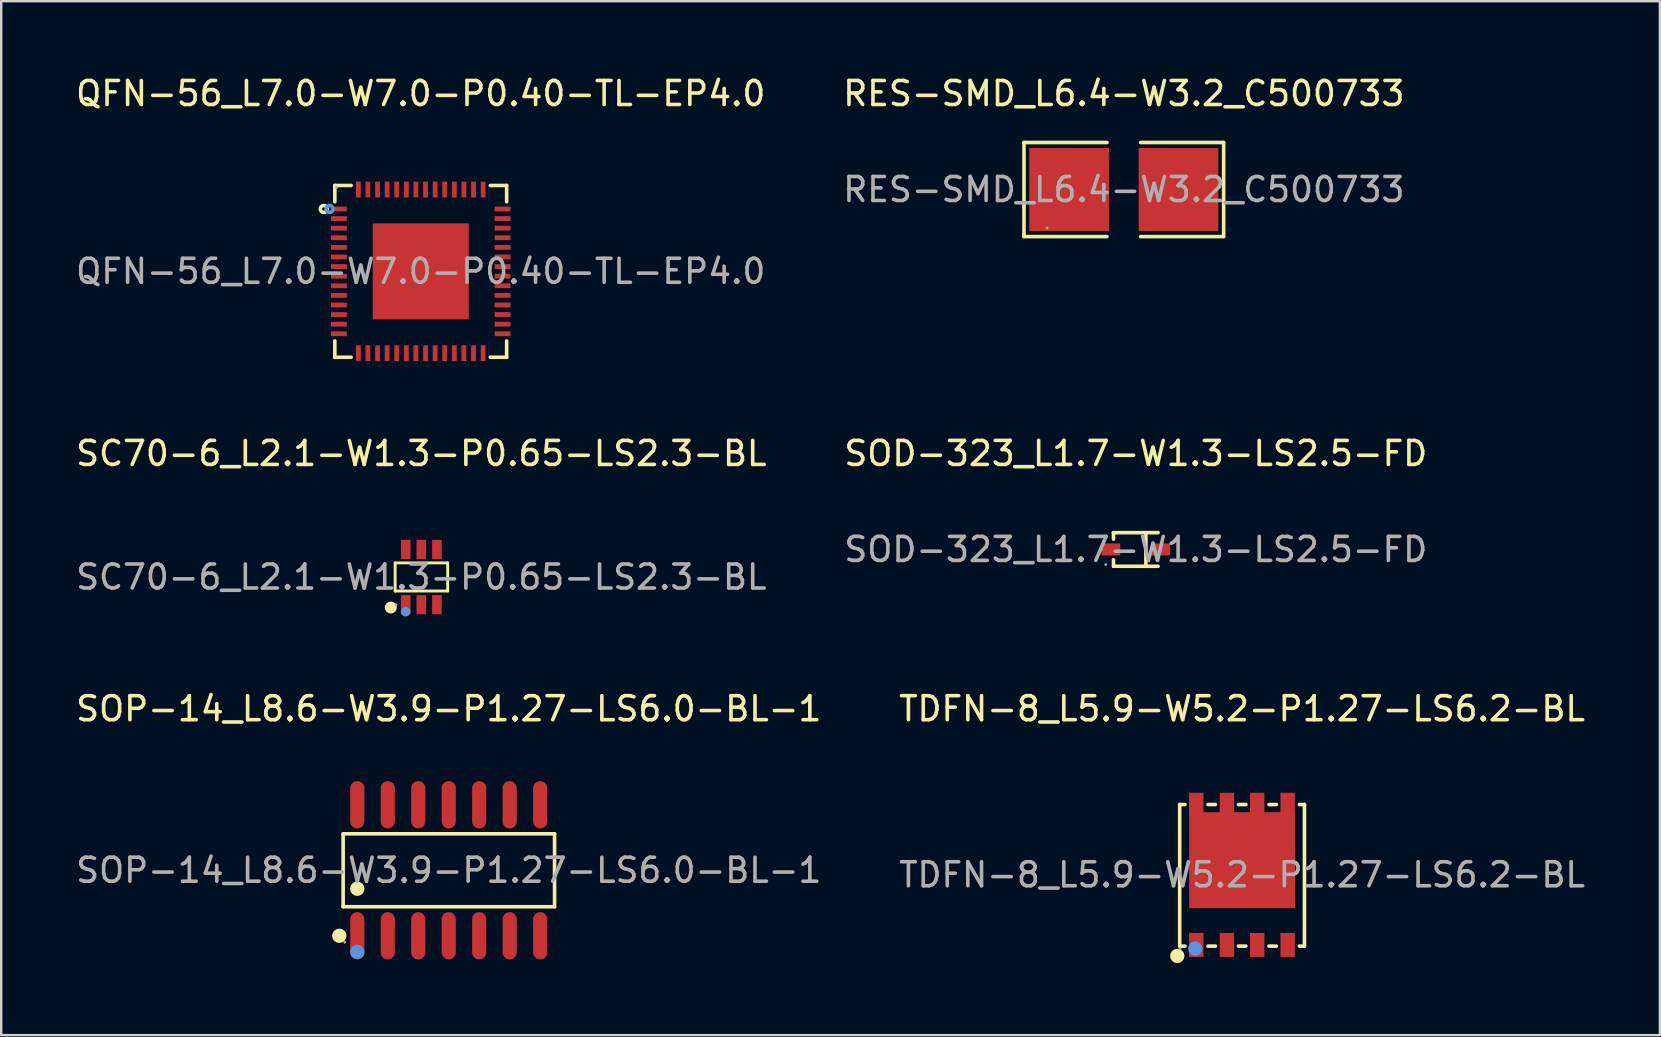
<source format=kicad_pcb>
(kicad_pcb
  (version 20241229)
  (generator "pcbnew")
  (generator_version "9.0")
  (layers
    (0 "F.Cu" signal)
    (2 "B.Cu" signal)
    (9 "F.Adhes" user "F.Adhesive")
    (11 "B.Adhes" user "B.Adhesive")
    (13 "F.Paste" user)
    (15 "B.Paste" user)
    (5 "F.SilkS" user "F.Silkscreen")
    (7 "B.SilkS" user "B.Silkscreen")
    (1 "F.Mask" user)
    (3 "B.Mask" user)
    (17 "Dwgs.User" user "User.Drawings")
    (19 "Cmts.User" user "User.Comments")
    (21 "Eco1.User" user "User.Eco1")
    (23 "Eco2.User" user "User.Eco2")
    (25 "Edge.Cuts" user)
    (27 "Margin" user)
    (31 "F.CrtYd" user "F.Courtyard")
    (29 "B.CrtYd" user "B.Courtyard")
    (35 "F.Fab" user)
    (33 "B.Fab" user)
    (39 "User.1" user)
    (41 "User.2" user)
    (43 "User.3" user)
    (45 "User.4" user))
  (footprint "TDFN-8_L5.9-W5.2-P1.27-LS6.2-BL"
    (layer "F.Cu")
    (at 48.708 33.405)
    (property "Reference" "TDFN-8_L5.9-W5.2-P1.27-LS6.2-BL" (at 0 -6.92 0) (layer "F.SilkS") (effects (font (size 1 1) (thickness 0.15))))
    (attr smd)
    (fp_line (start -2.6 -2.93) (end -2.38 -2.93) (stroke (width 0.15) (type solid)) (layer "F.SilkS"))
    (fp_line (start -2.6 2.97) (end -2.6 -2.93) (stroke (width 0.15) (type solid)) (layer "F.SilkS"))
    (fp_line (start -2.38 2.97) (end -2.6 2.97) (stroke (width 0.15) (type solid)) (layer "F.SilkS"))
    (fp_line (start -1.42 -2.93) (end -1.11 -2.93) (stroke (width 0.15) (type solid)) (layer "F.SilkS"))
    (fp_line (start -1.11 2.97) (end -1.42 2.97) (stroke (width 0.15) (type solid)) (layer "F.SilkS"))
    (fp_line (start -0.15 -2.93) (end 0.16 -2.93) (stroke (width 0.15) (type solid)) (layer "F.SilkS"))
    (fp_line (start 0.16 2.97) (end -0.15 2.97) (stroke (width 0.15) (type solid)) (layer "F.SilkS"))
    (fp_line (start 1.12 -2.93) (end 1.43 -2.93) (stroke (width 0.15) (type solid)) (layer "F.SilkS"))
    (fp_line (start 1.43 2.97) (end 1.12 2.97) (stroke (width 0.15) (type solid)) (layer "F.SilkS"))
    (fp_line (start 2.39 -2.93) (end 2.6 -2.93) (stroke (width 0.15) (type solid)) (layer "F.SilkS"))
    (fp_line (start 2.6 -2.93) (end 2.6 2.97) (stroke (width 0.15) (type solid)) (layer "F.SilkS"))
    (fp_line (start 2.6 2.97) (end 2.39 2.97) (stroke (width 0.15) (type solid)) (layer "F.SilkS"))
    (fp_circle (center -2.7 3.38) (end -2.55 3.38) (stroke (width 0.3) (type solid)) (fill no) (layer "F.SilkS"))
    (fp_circle (center -1.95 3.08) (end -1.8 3.08) (stroke (width 0.3) (type solid)) (fill no) (layer "Cmts.User"))
    (fp_circle (center -2.58 3.08) (end -2.55 3.08) (stroke (width 0.06) (type solid)) (fill no) (layer "F.Fab"))
    (fp_text user "${REFERENCE}" (at 0 0 0) (layer "F.Fab") (effects (font (size 1 1) (thickness 0.15))))
    (pad "1" smd rect (at -1.91 2.92) (size 0.6 1) (layers "F.Cu" "F.Mask" "F.Paste"))
    (pad "2" smd rect (at -0.63 2.92) (size 0.6 1) (layers "F.Cu" "F.Mask" "F.Paste"))
    (pad "3" smd rect (at 0.63 2.92) (size 0.6 1) (layers "F.Cu" "F.Mask" "F.Paste"))
    (pad "4" smd rect (at 1.9 2.92) (size 0.6 1) (layers "F.Cu" "F.Mask" "F.Paste"))
    (pad "5" smd rect (at 1.9 -2.92) (size 0.6 1) (layers "F.Cu" "F.Mask" "F.Paste"))
    (pad "6" smd rect (at 0.63 -2.92) (size 0.6 1) (layers "F.Cu" "F.Mask" "F.Paste"))
    (pad "7" smd rect (at -0.63 -2.92) (size 0.6 1) (layers "F.Cu" "F.Mask" "F.Paste"))
    (pad "8" smd rect (at -1.91 -2.92) (size 0.6 1) (layers "F.Cu" "F.Mask" "F.Paste"))
    (pad "9" smd rect (at 0 -0.61) (size 4.41 4) (layers "F.Cu" "F.Mask" "F.Paste")))
  (footprint "RES-SMD_L6.4-W3.2_C500733"
    (layer "F.Cu")
    (at 43.78 4.848)
    (property "Reference" "RES-SMD_L6.4-W3.2_C500733" (at 0 -4 0) (layer "F.SilkS") (effects (font (size 1 1) (thickness 0.15))))
    (attr smd)
    (fp_line (start -4.16 -1.96) (end -4.16 1.96) (stroke (width 0.15) (type solid)) (layer "F.SilkS"))
    (fp_line (start -4.16 1.96) (end -0.7 1.96) (stroke (width 0.15) (type solid)) (layer "F.SilkS"))
    (fp_line (start -0.7 -1.96) (end -4.16 -1.96) (stroke (width 0.15) (type solid)) (layer "F.SilkS"))
    (fp_line (start 0.7 -1.96) (end 4.16 -1.96) (stroke (width 0.15) (type solid)) (layer "F.SilkS"))
    (fp_line (start 4.16 -1.96) (end 4.16 1.96) (stroke (width 0.15) (type solid)) (layer "F.SilkS"))
    (fp_line (start 4.16 1.96) (end 0.7 1.96) (stroke (width 0.15) (type solid)) (layer "F.SilkS"))
    (fp_circle (center -3.2 1.6) (end -3.17 1.6) (stroke (width 0.06) (type solid)) (fill no) (layer "F.Fab"))
    (fp_text user "${REFERENCE}" (at 0 0 0) (layer "F.Fab") (effects (font (size 1 1) (thickness 0.15))))
    (pad "1" smd rect (at -2.28 0) (size 3.32 3.46) (layers "F.Cu" "F.Mask" "F.Paste"))
    (pad "2" smd rect (at 2.28 0) (size 3.32 3.46) (layers "F.Cu" "F.Mask" "F.Paste")))
  (footprint "SOP-14_L8.6-W3.9-P1.27-LS6.0-BL-1"
    (layer "F.Cu")
    (at 15.649 33.215)
    (property "Reference" "SOP-14_L8.6-W3.9-P1.27-LS6.0-BL-1" (at 0 -6.73 0) (layer "F.SilkS") (effects (font (size 1 1) (thickness 0.15))))
    (attr smd)
    (fp_line (start -4.4 -1.52) (end 4.41 -1.52) (stroke (width 0.15) (type solid)) (layer "F.SilkS"))
    (fp_line (start -4.4 1.52) (end -4.4 -1.52) (stroke (width 0.15) (type solid)) (layer "F.SilkS"))
    (fp_line (start 4.41 -1.52) (end 4.41 1.52) (stroke (width 0.15) (type solid)) (layer "F.SilkS"))
    (fp_line (start 4.41 1.52) (end -4.4 1.52) (stroke (width 0.15) (type solid)) (layer "F.SilkS"))
    (fp_circle (center -4.56 2.73) (end -4.41 2.73) (stroke (width 0.3) (type solid)) (fill no) (layer "F.SilkS"))
    (fp_circle (center -3.81 0.77) (end -3.66 0.77) (stroke (width 0.3) (type solid)) (fill no) (layer "F.SilkS"))
    (fp_circle (center -3.81 3.4) (end -3.66 3.4) (stroke (width 0.3) (type solid)) (fill no) (layer "Cmts.User"))
    (fp_circle (center -4.33 3) (end -4.3 3) (stroke (width 0.06) (type solid)) (fill no) (layer "F.Fab"))
    (fp_text user "${REFERENCE}" (at 0 0 0) (layer "F.Fab") (effects (font (size 1 1) (thickness 0.15))))
    (pad "1" smd oval (at -3.81 2.73) (size 0.59 1.97) (layers "F.Cu" "F.Mask" "F.Paste"))
    (pad "2" smd oval (at -2.54 2.73) (size 0.59 1.97) (layers "F.Cu" "F.Mask" "F.Paste"))
    (pad "3" smd oval (at -1.27 2.73) (size 0.59 1.97) (layers "F.Cu" "F.Mask" "F.Paste"))
    (pad "4" smd oval (at 0 2.73) (size 0.59 1.97) (layers "F.Cu" "F.Mask" "F.Paste"))
    (pad "5" smd oval (at 1.27 2.73) (size 0.59 1.97) (layers "F.Cu" "F.Mask" "F.Paste"))
    (pad "6" smd oval (at 2.54 2.73) (size 0.59 1.97) (layers "F.Cu" "F.Mask" "F.Paste"))
    (pad "7" smd oval (at 3.81 2.73) (size 0.59 1.97) (layers "F.Cu" "F.Mask" "F.Paste"))
    (pad "8" smd oval (at 3.81 -2.73) (size 0.59 1.97) (layers "F.Cu" "F.Mask" "F.Paste"))
    (pad "9" smd oval (at 2.54 -2.73) (size 0.59 1.97) (layers "F.Cu" "F.Mask" "F.Paste"))
    (pad "10" smd oval (at 1.27 -2.73) (size 0.59 1.97) (layers "F.Cu" "F.Mask" "F.Paste"))
    (pad "11" smd oval (at 0 -2.73) (size 0.59 1.97) (layers "F.Cu" "F.Mask" "F.Paste"))
    (pad "12" smd oval (at -1.27 -2.73) (size 0.59 1.97) (layers "F.Cu" "F.Mask" "F.Paste"))
    (pad "13" smd oval (at -2.54 -2.73) (size 0.59 1.97) (layers "F.Cu" "F.Mask" "F.Paste"))
    (pad "14" smd oval (at -3.81 -2.73) (size 0.59 1.97) (layers "F.Cu" "F.Mask" "F.Paste")))
  (footprint "QFN-56_L7.0-W7.0-P0.40-TL-EP4.0"
    (layer "F.Cu")
    (at 14.482 8.258)
    (property "Reference" "QFN-56_L7.0-W7.0-P0.40-TL-EP4.0" (at 0 -7.41 0) (layer "F.SilkS") (effects (font (size 1 1) (thickness 0.15))))
    (attr smd)
    (fp_line (start -3.58 -3.58) (end -3.58 -2.9) (stroke (width 0.15) (type solid)) (layer "F.SilkS"))
    (fp_line (start -3.58 3.58) (end -3.58 2.9) (stroke (width 0.15) (type solid)) (layer "F.SilkS"))
    (fp_line (start -2.9 -3.58) (end -3.58 -3.58) (stroke (width 0.15) (type solid)) (layer "F.SilkS"))
    (fp_line (start -2.9 3.58) (end -3.58 3.58) (stroke (width 0.15) (type solid)) (layer "F.SilkS"))
    (fp_line (start 2.9 -3.58) (end 3.58 -3.58) (stroke (width 0.15) (type solid)) (layer "F.SilkS"))
    (fp_line (start 2.9 3.58) (end 3.58 3.58) (stroke (width 0.15) (type solid)) (layer "F.SilkS"))
    (fp_line (start 3.58 -3.58) (end 3.58 -2.9) (stroke (width 0.15) (type solid)) (layer "F.SilkS"))
    (fp_line (start 3.58 3.58) (end 3.58 2.9) (stroke (width 0.15) (type solid)) (layer "F.SilkS"))
    (fp_circle (center -4.04 -2.6) (end -3.97 -2.6) (stroke (width 0.15) (type solid)) (fill no) (layer "F.SilkS"))
    (fp_circle (center -3.8 -2.6) (end -3.73 -2.6) (stroke (width 0.15) (type solid)) (fill no) (layer "Cmts.User"))
    (fp_circle (center -3.5 -3.5) (end -3.47 -3.5) (stroke (width 0.06) (type solid)) (fill no) (layer "F.Fab"))
    (fp_text user "${REFERENCE}" (at 0 0 0) (layer "F.Fab") (effects (font (size 1 1) (thickness 0.15))))
    (pad "1" smd rect (at -3.41 -2.6) (size 0.66 0.2) (layers "F.Cu" "F.Mask" "F.Paste"))
    (pad "2" smd rect (at -3.41 -2.2) (size 0.66 0.2) (layers "F.Cu" "F.Mask" "F.Paste"))
    (pad "3" smd rect (at -3.41 -1.8) (size 0.66 0.2) (layers "F.Cu" "F.Mask" "F.Paste"))
    (pad "4" smd rect (at -3.41 -1.4) (size 0.66 0.2) (layers "F.Cu" "F.Mask" "F.Paste"))
    (pad "5" smd rect (at -3.41 -1) (size 0.66 0.2) (layers "F.Cu" "F.Mask" "F.Paste"))
    (pad "6" smd rect (at -3.41 -0.6) (size 0.66 0.2) (layers "F.Cu" "F.Mask" "F.Paste"))
    (pad "7" smd rect (at -3.41 -0.2) (size 0.66 0.2) (layers "F.Cu" "F.Mask" "F.Paste"))
    (pad "8" smd rect (at -3.41 0.2) (size 0.66 0.2) (layers "F.Cu" "F.Mask" "F.Paste"))
    (pad "9" smd rect (at -3.41 0.6) (size 0.66 0.2) (layers "F.Cu" "F.Mask" "F.Paste"))
    (pad "10" smd rect (at -3.41 1) (size 0.66 0.2) (layers "F.Cu" "F.Mask" "F.Paste"))
    (pad "11" smd rect (at -3.41 1.4) (size 0.66 0.2) (layers "F.Cu" "F.Mask" "F.Paste"))
    (pad "12" smd rect (at -3.41 1.8) (size 0.66 0.2) (layers "F.Cu" "F.Mask" "F.Paste"))
    (pad "13" smd rect (at -3.41 2.2) (size 0.66 0.2) (layers "F.Cu" "F.Mask" "F.Paste"))
    (pad "14" smd rect (at -3.41 2.6) (size 0.66 0.2) (layers "F.Cu" "F.Mask" "F.Paste"))
    (pad "15" smd rect (at -2.6 3.41) (size 0.2 0.66) (layers "F.Cu" "F.Mask" "F.Paste"))
    (pad "16" smd rect (at -2.2 3.41) (size 0.2 0.66) (layers "F.Cu" "F.Mask" "F.Paste"))
    (pad "17" smd rect (at -1.8 3.41) (size 0.2 0.66) (layers "F.Cu" "F.Mask" "F.Paste"))
    (pad "18" smd rect (at -1.4 3.41) (size 0.2 0.66) (layers "F.Cu" "F.Mask" "F.Paste"))
    (pad "19" smd rect (at -1 3.41) (size 0.2 0.66) (layers "F.Cu" "F.Mask" "F.Paste"))
    (pad "20" smd rect (at -0.6 3.41) (size 0.2 0.66) (layers "F.Cu" "F.Mask" "F.Paste"))
    (pad "21" smd rect (at -0.2 3.41) (size 0.2 0.66) (layers "F.Cu" "F.Mask" "F.Paste"))
    (pad "22" smd rect (at 0.2 3.41) (size 0.2 0.66) (layers "F.Cu" "F.Mask" "F.Paste"))
    (pad "23" smd rect (at 0.6 3.41) (size 0.2 0.66) (layers "F.Cu" "F.Mask" "F.Paste"))
    (pad "24" smd rect (at 1 3.41) (size 0.2 0.66) (layers "F.Cu" "F.Mask" "F.Paste"))
    (pad "25" smd rect (at 1.4 3.41) (size 0.2 0.66) (layers "F.Cu" "F.Mask" "F.Paste"))
    (pad "26" smd rect (at 1.8 3.41) (size 0.2 0.66) (layers "F.Cu" "F.Mask" "F.Paste"))
    (pad "27" smd rect (at 2.2 3.41) (size 0.2 0.66) (layers "F.Cu" "F.Mask" "F.Paste"))
    (pad "28" smd rect (at 2.6 3.41) (size 0.2 0.66) (layers "F.Cu" "F.Mask" "F.Paste"))
    (pad "29" smd rect (at 3.41 2.6) (size 0.66 0.2) (layers "F.Cu" "F.Mask" "F.Paste"))
    (pad "30" smd rect (at 3.41 2.2) (size 0.66 0.2) (layers "F.Cu" "F.Mask" "F.Paste"))
    (pad "31" smd rect (at 3.41 1.8) (size 0.66 0.2) (layers "F.Cu" "F.Mask" "F.Paste"))
    (pad "32" smd rect (at 3.41 1.4) (size 0.66 0.2) (layers "F.Cu" "F.Mask" "F.Paste"))
    (pad "33" smd rect (at 3.41 1) (size 0.66 0.2) (layers "F.Cu" "F.Mask" "F.Paste"))
    (pad "34" smd rect (at 3.41 0.6) (size 0.66 0.2) (layers "F.Cu" "F.Mask" "F.Paste"))
    (pad "35" smd rect (at 3.41 0.2) (size 0.66 0.2) (layers "F.Cu" "F.Mask" "F.Paste"))
    (pad "36" smd rect (at 3.41 -0.2) (size 0.66 0.2) (layers "F.Cu" "F.Mask" "F.Paste"))
    (pad "37" smd rect (at 3.41 -0.6) (size 0.66 0.2) (layers "F.Cu" "F.Mask" "F.Paste"))
    (pad "38" smd rect (at 3.41 -1) (size 0.66 0.2) (layers "F.Cu" "F.Mask" "F.Paste"))
    (pad "39" smd rect (at 3.41 -1.4) (size 0.66 0.2) (layers "F.Cu" "F.Mask" "F.Paste"))
    (pad "40" smd rect (at 3.41 -1.8) (size 0.66 0.2) (layers "F.Cu" "F.Mask" "F.Paste"))
    (pad "41" smd rect (at 3.41 -2.2) (size 0.66 0.2) (layers "F.Cu" "F.Mask" "F.Paste"))
    (pad "42" smd rect (at 3.41 -2.6) (size 0.66 0.2) (layers "F.Cu" "F.Mask" "F.Paste"))
    (pad "43" smd rect (at 2.6 -3.41) (size 0.2 0.66) (layers "F.Cu" "F.Mask" "F.Paste"))
    (pad "44" smd rect (at 2.2 -3.41) (size 0.2 0.66) (layers "F.Cu" "F.Mask" "F.Paste"))
    (pad "45" smd rect (at 1.8 -3.41) (size 0.2 0.66) (layers "F.Cu" "F.Mask" "F.Paste"))
    (pad "46" smd rect (at 1.4 -3.41) (size 0.2 0.66) (layers "F.Cu" "F.Mask" "F.Paste"))
    (pad "47" smd rect (at 1 -3.41) (size 0.2 0.66) (layers "F.Cu" "F.Mask" "F.Paste"))
    (pad "48" smd rect (at 0.6 -3.41) (size 0.2 0.66) (layers "F.Cu" "F.Mask" "F.Paste"))
    (pad "49" smd rect (at 0.2 -3.41) (size 0.2 0.66) (layers "F.Cu" "F.Mask" "F.Paste"))
    (pad "50" smd rect (at -0.2 -3.41) (size 0.2 0.66) (layers "F.Cu" "F.Mask" "F.Paste"))
    (pad "51" smd rect (at -0.6 -3.41) (size 0.2 0.66) (layers "F.Cu" "F.Mask" "F.Paste"))
    (pad "52" smd rect (at -1 -3.41) (size 0.2 0.66) (layers "F.Cu" "F.Mask" "F.Paste"))
    (pad "53" smd rect (at -1.4 -3.41) (size 0.2 0.66) (layers "F.Cu" "F.Mask" "F.Paste"))
    (pad "54" smd rect (at -1.8 -3.41) (size 0.2 0.66) (layers "F.Cu" "F.Mask" "F.Paste"))
    (pad "55" smd rect (at -2.2 -3.41) (size 0.2 0.66) (layers "F.Cu" "F.Mask" "F.Paste"))
    (pad "56" smd rect (at -2.6 -3.41) (size 0.2 0.66) (layers "F.Cu" "F.Mask" "F.Paste"))
    (pad "57" smd rect (at 0 0) (size 4 4) (layers "F.Cu" "F.Mask" "F.Paste")))
  (footprint "SC70-6_L2.1-W1.3-P0.65-LS2.3-BL"
    (layer "F.Cu")
    (at 14.506 20.997)
    (property "Reference" "SC70-6_L2.1-W1.3-P0.65-LS2.3-BL" (at 0 -5.15 0) (layer "F.SilkS") (effects (font (size 1 1) (thickness 0.15))))
    (attr smd)
    (fp_line (start -1.09 -0.59) (end 1.1 -0.59) (stroke (width 0.12) (type solid)) (layer "F.SilkS"))
    (fp_line (start -1.09 0.58) (end -1.09 -0.59) (stroke (width 0.12) (type solid)) (layer "F.SilkS"))
    (fp_line (start -1.08 0.58) (end -1.09 0.58) (stroke (width 0.12) (type solid)) (layer "F.SilkS"))
    (fp_line (start 1.1 -0.59) (end 1.1 0.57) (stroke (width 0.12) (type solid)) (layer "F.SilkS"))
    (fp_line (start 1.1 0.57) (end 1.1 0.58) (stroke (width 0.12) (type solid)) (layer "F.SilkS"))
    (fp_line (start 1.1 0.58) (end -1.08 0.58) (stroke (width 0.12) (type solid)) (layer "F.SilkS"))
    (fp_arc (start -1.27 1.27) (mid -1.27 1.27) (end -1.27 1.27) (stroke (width 0.25) (type solid)) (layer "F.SilkS"))
    (fp_circle (center -0.65 1.44) (end -0.55 1.44) (stroke (width 0.2) (type solid)) (fill no) (layer "Cmts.User"))
    (fp_circle (center -1.05 1.15) (end -1.02 1.15) (stroke (width 0.06) (type solid)) (fill no) (layer "F.Fab"))
    (fp_text user "${REFERENCE}" (at 0 0 0) (layer "F.Fab") (effects (font (size 1 1) (thickness 0.15))))
    (pad "1" smd rect (at -0.65 1.15) (size 0.4 0.8) (layers "F.Cu" "F.Mask" "F.Paste"))
    (pad "2" smd rect (at 0 1.15) (size 0.4 0.8) (layers "F.Cu" "F.Mask" "F.Paste"))
    (pad "3" smd rect (at 0.65 1.15) (size 0.4 0.8) (layers "F.Cu" "F.Mask" "F.Paste"))
    (pad "4" smd rect (at 0.65 -1.15) (size 0.4 0.8) (layers "F.Cu" "F.Mask" "F.Paste"))
    (pad "5" smd rect (at 0 -1.15 180) (size 0.4 0.8) (layers "F.Cu" "F.Mask" "F.Paste"))
    (pad "6" smd rect (at -0.65 -1.15) (size 0.4 0.8) (layers "F.Cu" "F.Mask" "F.Paste")))
  (footprint "SOD-323_L1.7-W1.3-LS2.5-FD"
    (layer "F.Cu")
    (at 44.28 19.846)
    (property "Reference" "SOD-323_L1.7-W1.3-LS2.5-FD" (at 0 -4 0) (layer "F.SilkS") (effects (font (size 1 1) (thickness 0.15))))
    (attr smd)
    (fp_line (start -0.93 -0.7) (end -0.93 -0.43) (stroke (width 0.15) (type solid)) (layer "F.SilkS"))
    (fp_line (start -0.93 -0.7) (end 0.93 -0.7) (stroke (width 0.15) (type solid)) (layer "F.SilkS"))
    (fp_line (start -0.93 0.43) (end -0.93 0.7) (stroke (width 0.15) (type solid)) (layer "F.SilkS"))
    (fp_line (start -0.93 0.7) (end 0.93 0.7) (stroke (width 0.15) (type solid)) (layer "F.SilkS"))
    (fp_line (start 0.42 -0.7) (end 0.42 0.7) (stroke (width 0.15) (type solid)) (layer "F.SilkS"))
    (fp_circle (center -1.25 0.63) (end -1.22 0.63) (stroke (width 0.06) (type solid)) (fill no) (layer "F.Fab"))
    (fp_text user "${REFERENCE}" (at 0 0 0) (layer "F.Fab") (effects (font (size 1 1) (thickness 0.15))))
    (pad "1" smd rect (at -1.04 0) (size 0.78 0.5) (layers "F.Cu" "F.Mask" "F.Paste"))
    (pad "2" smd rect (at 1.04 0) (size 0.78 0.5) (layers "F.Cu" "F.Mask" "F.Paste")))
  (gr_rect
    (start -3 -3)
    (end 66.119 40.085)
    (stroke (width 0.1) (type default))
    (fill no)
    (layer "Edge.Cuts")))
</source>
